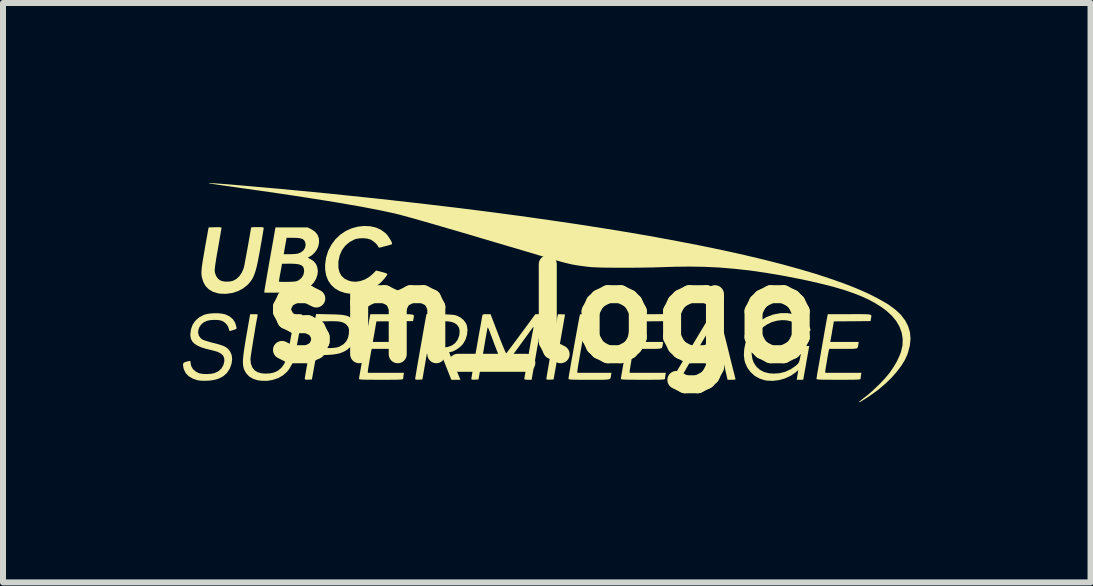
<source format=kicad_pcb>
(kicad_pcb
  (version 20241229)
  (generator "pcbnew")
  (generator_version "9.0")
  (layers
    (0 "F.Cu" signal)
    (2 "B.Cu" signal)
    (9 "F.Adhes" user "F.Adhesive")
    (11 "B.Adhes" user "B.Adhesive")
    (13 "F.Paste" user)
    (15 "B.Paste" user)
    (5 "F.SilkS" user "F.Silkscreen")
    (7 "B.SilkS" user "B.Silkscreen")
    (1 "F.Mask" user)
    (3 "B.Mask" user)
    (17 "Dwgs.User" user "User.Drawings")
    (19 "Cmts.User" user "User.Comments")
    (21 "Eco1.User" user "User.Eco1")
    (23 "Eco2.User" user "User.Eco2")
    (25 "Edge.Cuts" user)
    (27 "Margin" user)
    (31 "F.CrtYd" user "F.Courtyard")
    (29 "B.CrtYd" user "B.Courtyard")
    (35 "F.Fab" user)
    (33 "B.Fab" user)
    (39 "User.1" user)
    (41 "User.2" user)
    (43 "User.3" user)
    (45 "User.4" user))
  (footprint "sm_logo"
    (layer "F.Cu")
    (at 5.97 2.174)
    (property "Reference" "sm_logo" (at 0 0 0) (layer "F.SilkS") (effects (font (size 1.5 1.5) (thickness 0.3))))
    (attr board_only exclude_from_pos_files exclude_from_bom)
    (fp_poly (pts (xy 0.338 0.013) (xy 0.395 0.016) (xy 0.3 0.557) (xy 0.204 1.099) (xy 0.144 1.102) (xy 0.11 1.103) (xy 0.092 1.1) (xy 0.085 1.093) (xy 0.084 1.086) (xy 0.086 1.071) (xy 0.091 1.038) (xy 0.099 0.99) (xy 0.11 0.928) (xy 0.122 0.856) (xy 0.136 0.775) (xy 0.152 0.689) (xy 0.168 0.599) (xy 0.184 0.507) (xy 0.2 0.417) (xy 0.216 0.33) (xy 0.231 0.249) (xy 0.244 0.177) (xy 0.256 0.115) (xy 0.265 0.066) (xy 0.272 0.032) (xy 0.275 0.016) (xy 0.276 0.015) (xy 0.289 0.012) (xy 0.316 0.012)) (stroke (width 0) (type solid)) (fill yes) (layer "F.SilkS"))
    (fp_poly (pts (xy 0.706 0.013) (xy 0.763 0.016) (xy 0.682 0.473) (xy 0.665 0.569) (xy 0.649 0.66) (xy 0.635 0.743) (xy 0.622 0.816) (xy 0.612 0.876) (xy 0.605 0.922) (xy 0.601 0.951) (xy 0.6 0.959) (xy 0.599 0.988) (xy 0.884 0.988) (xy 1.168 0.988) (xy 1.161 1.028) (xy 1.158 1.048) (xy 1.156 1.065) (xy 1.152 1.078) (xy 1.143 1.088) (xy 1.129 1.095) (xy 1.107 1.099) (xy 1.074 1.102) (xy 1.029 1.104) (xy 0.97 1.104) (xy 0.893 1.104) (xy 0.798 1.104) (xy 0.704 1.104) (xy 0.628 1.104) (xy 0.569 1.103) (xy 0.525 1.102) (xy 0.494 1.1) (xy 0.473 1.098) (xy 0.46 1.095) (xy 0.454 1.092) (xy 0.452 1.087) (xy 0.452 1.085) (xy 0.454 1.07) (xy 0.459 1.038) (xy 0.467 0.989) (xy 0.478 0.928) (xy 0.49 0.856) (xy 0.504 0.775) (xy 0.52 0.689) (xy 0.536 0.598) (xy 0.552 0.507) (xy 0.568 0.417) (xy 0.584 0.33) (xy 0.599 0.249) (xy 0.612 0.176) (xy 0.624 0.114) (xy 0.633 0.065) (xy 0.64 0.032) (xy 0.643 0.016) (xy 0.644 0.015) (xy 0.657 0.012) (xy 0.684 0.012)) (stroke (width 0) (type solid)) (fill yes) (layer "F.SilkS"))
    (fp_poly (pts (xy -4.752 0.011) (xy -4.733 0.014) (xy -4.726 0.021) (xy -4.727 0.029) (xy -4.733 0.059) (xy -4.742 0.106) (xy -4.753 0.165) (xy -4.765 0.233) (xy -4.777 0.308) (xy -4.79 0.386) (xy -4.803 0.464) (xy -4.815 0.54) (xy -4.826 0.609) (xy -4.835 0.669) (xy -4.842 0.717) (xy -4.846 0.749) (xy -4.847 0.761) (xy -4.839 0.837) (xy -4.816 0.899) (xy -4.778 0.946) (xy -4.725 0.979) (xy -4.656 0.997) (xy -4.596 1.001) (xy -4.526 0.998) (xy -4.469 0.987) (xy -4.418 0.967) (xy -4.381 0.947) (xy -4.33 0.902) (xy -4.285 0.84) (xy -4.248 0.762) (xy -4.242 0.739) (xy -4.232 0.698) (xy -4.22 0.642) (xy -4.207 0.574) (xy -4.192 0.497) (xy -4.177 0.414) (xy -4.167 0.36) (xy -4.105 0.011) (xy -4.045 0.011) (xy -4.006 0.012) (xy -3.987 0.018) (xy -3.985 0.024) (xy -3.987 0.041) (xy -3.992 0.075) (xy -4 0.124) (xy -4.011 0.185) (xy -4.023 0.254) (xy -4.036 0.328) (xy -4.05 0.405) (xy -4.064 0.481) (xy -4.078 0.553) (xy -4.09 0.618) (xy -4.101 0.673) (xy -4.11 0.716) (xy -4.116 0.742) (xy -4.117 0.746) (xy -4.152 0.839) (xy -4.201 0.924) (xy -4.24 0.974) (xy -4.306 1.031) (xy -4.385 1.076) (xy -4.474 1.106) (xy -4.57 1.122) (xy -4.668 1.12) (xy -4.731 1.111) (xy -4.804 1.087) (xy -4.866 1.05) (xy -4.913 1.002) (xy -4.921 0.99) (xy -4.939 0.959) (xy -4.954 0.928) (xy -4.964 0.895) (xy -4.97 0.857) (xy -4.973 0.813) (xy -4.971 0.76) (xy -4.965 0.696) (xy -4.955 0.619) (xy -4.941 0.527) (xy -4.923 0.417) (xy -4.913 0.36) (xy -4.852 0.011) (xy -4.787 0.011)) (stroke (width 0) (type solid)) (fill yes) (layer "F.SilkS"))
    (fp_poly (pts (xy -2.852 -1.454) (xy -2.758 -1.433) (xy -2.674 -1.396) (xy -2.601 -1.343) (xy -2.597 -1.34) (xy -2.571 -1.312) (xy -2.545 -1.277) (xy -2.521 -1.24) (xy -2.501 -1.205) (xy -2.489 -1.176) (xy -2.487 -1.158) (xy -2.489 -1.156) (xy -2.502 -1.15) (xy -2.531 -1.141) (xy -2.569 -1.13) (xy -2.586 -1.126) (xy -2.629 -1.115) (xy -2.665 -1.105) (xy -2.689 -1.099) (xy -2.693 -1.098) (xy -2.711 -1.101) (xy -2.717 -1.113) (xy -2.733 -1.14) (xy -2.762 -1.172) (xy -2.798 -1.202) (xy -2.836 -1.227) (xy -2.848 -1.233) (xy -2.899 -1.248) (xy -2.961 -1.255) (xy -3.026 -1.253) (xy -3.086 -1.243) (xy -3.114 -1.234) (xy -3.197 -1.189) (xy -3.267 -1.13) (xy -3.321 -1.057) (xy -3.359 -0.971) (xy -3.38 -0.875) (xy -3.382 -0.849) (xy -3.381 -0.762) (xy -3.364 -0.689) (xy -3.331 -0.629) (xy -3.282 -0.583) (xy -3.217 -0.55) (xy -3.164 -0.535) (xy -3.09 -0.529) (xy -3.013 -0.542) (xy -2.935 -0.57) (xy -2.863 -0.614) (xy -2.809 -0.66) (xy -2.753 -0.717) (xy -2.659 -0.693) (xy -2.618 -0.681) (xy -2.586 -0.67) (xy -2.568 -0.662) (xy -2.565 -0.659) (xy -2.572 -0.641) (xy -2.591 -0.612) (xy -2.619 -0.577) (xy -2.652 -0.54) (xy -2.688 -0.504) (xy -2.691 -0.502) (xy -2.779 -0.434) (xy -2.877 -0.382) (xy -2.983 -0.347) (xy -3.093 -0.33) (xy -3.204 -0.332) (xy -3.267 -0.342) (xy -3.359 -0.372) (xy -3.438 -0.417) (xy -3.503 -0.477) (xy -3.552 -0.55) (xy -3.586 -0.635) (xy -3.602 -0.731) (xy -3.603 -0.815) (xy -3.587 -0.932) (xy -3.552 -1.043) (xy -3.5 -1.144) (xy -3.433 -1.235) (xy -3.352 -1.313) (xy -3.258 -1.376) (xy -3.16 -1.42) (xy -3.055 -1.448) (xy -2.952 -1.459)) (stroke (width 0) (type solid)) (fill yes) (layer "F.SilkS"))
    (fp_poly (pts (xy -3.524 0.013) (xy -3.433 0.015) (xy -3.359 0.019) (xy -3.301 0.025) (xy -3.255 0.034) (xy -3.218 0.046) (xy -3.187 0.063) (xy -3.16 0.084) (xy -3.135 0.109) (xy -3.099 0.163) (xy -3.079 0.226) (xy -3.074 0.296) (xy -3.083 0.367) (xy -3.105 0.438) (xy -3.14 0.504) (xy -3.187 0.563) (xy -3.245 0.61) (xy -3.255 0.616) (xy -3.305 0.642) (xy -3.357 0.662) (xy -3.415 0.675) (xy -3.485 0.685) (xy -3.57 0.69) (xy -3.592 0.691) (xy -3.751 0.697) (xy -3.768 0.793) (xy -3.778 0.849) (xy -3.79 0.914) (xy -3.801 0.977) (xy -3.804 0.994) (xy -3.823 1.099) (xy -3.882 1.102) (xy -3.917 1.103) (xy -3.936 1.099) (xy -3.942 1.091) (xy -3.942 1.089) (xy -3.941 1.076) (xy -3.936 1.045) (xy -3.928 0.998) (xy -3.918 0.938) (xy -3.905 0.867) (xy -3.892 0.787) (xy -3.877 0.7) (xy -3.861 0.61) (xy -3.856 0.58) (xy -3.732 0.58) (xy -3.572 0.576) (xy -3.508 0.575) (xy -3.46 0.572) (xy -3.425 0.568) (xy -3.398 0.563) (xy -3.375 0.555) (xy -3.359 0.549) (xy -3.297 0.512) (xy -3.252 0.465) (xy -3.222 0.407) (xy -3.207 0.335) (xy -3.205 0.266) (xy -3.216 0.228) (xy -3.239 0.195) (xy -3.268 0.169) (xy -3.303 0.15) (xy -3.347 0.137) (xy -3.404 0.13) (xy -3.477 0.128) (xy -3.517 0.128) (xy -3.652 0.131) (xy -3.686 0.326) (xy -3.697 0.389) (xy -3.708 0.447) (xy -3.716 0.496) (xy -3.723 0.532) (xy -3.726 0.55) (xy -3.732 0.58) (xy -3.856 0.58) (xy -3.845 0.519) (xy -3.829 0.429) (xy -3.814 0.342) (xy -3.8 0.262) (xy -3.787 0.189) (xy -3.776 0.128) (xy -3.767 0.079) (xy -3.761 0.047) (xy -3.758 0.033) (xy -3.752 0.008)) (stroke (width 0) (type solid)) (fill yes) (layer "F.SilkS"))
    (fp_poly (pts (xy 2.974 0.049) (xy 2.979 0.068) (xy 2.988 0.104) (xy 3.001 0.156) (xy 3.018 0.222) (xy 3.037 0.3) (xy 3.059 0.387) (xy 3.083 0.482) (xy 3.107 0.578) (xy 3.131 0.677) (xy 3.154 0.769) (xy 3.175 0.854) (xy 3.194 0.929) (xy 3.21 0.991) (xy 3.222 1.039) (xy 3.23 1.072) (xy 3.234 1.085) (xy 3.234 1.085) (xy 3.235 1.095) (xy 3.226 1.101) (xy 3.204 1.103) (xy 3.171 1.104) (xy 3.103 1.104) (xy 3.069 0.957) (xy 3.035 0.81) (xy 2.755 0.81) (xy 2.476 0.81) (xy 2.392 0.957) (xy 2.308 1.103) (xy 2.242 1.104) (xy 2.208 1.103) (xy 2.184 1.101) (xy 2.176 1.099) (xy 2.182 1.09) (xy 2.197 1.064) (xy 2.221 1.023) (xy 2.253 0.969) (xy 2.292 0.903) (xy 2.338 0.827) (xy 2.388 0.742) (xy 2.425 0.681) (xy 2.558 0.681) (xy 2.56 0.685) (xy 2.574 0.689) (xy 2.599 0.691) (xy 2.64 0.693) (xy 2.697 0.694) (xy 2.773 0.694) (xy 2.78 0.694) (xy 2.855 0.694) (xy 2.911 0.693) (xy 2.952 0.692) (xy 2.979 0.691) (xy 2.995 0.688) (xy 3.002 0.684) (xy 3.003 0.679) (xy 3.003 0.675) (xy 2.999 0.66) (xy 2.99 0.628) (xy 2.979 0.581) (xy 2.964 0.524) (xy 2.948 0.458) (xy 2.939 0.421) (xy 2.922 0.352) (xy 2.906 0.291) (xy 2.893 0.238) (xy 2.883 0.198) (xy 2.876 0.174) (xy 2.875 0.169) (xy 2.868 0.173) (xy 2.852 0.194) (xy 2.828 0.23) (xy 2.796 0.279) (xy 2.759 0.34) (xy 2.716 0.41) (xy 2.676 0.477) (xy 2.64 0.539) (xy 2.609 0.592) (xy 2.584 0.635) (xy 2.566 0.665) (xy 2.558 0.68) (xy 2.558 0.681) (xy 2.425 0.681) (xy 2.443 0.65) (xy 2.5 0.555) (xy 2.824 0.016) (xy 2.894 0.013) (xy 2.964 0.01)) (stroke (width 0) (type solid)) (fill yes) (layer "F.SilkS"))
    (fp_poly (pts (xy -2.247 0.011) (xy -2.2 0.012) (xy -2.166 0.015) (xy -2.144 0.019) (xy -2.13 0.026) (xy -2.124 0.035) (xy -2.123 0.047) (xy -2.126 0.062) (xy -2.13 0.082) (xy -2.13 0.087) (xy -2.137 0.126) (xy -2.442 0.129) (xy -2.748 0.131) (xy -2.772 0.268) (xy -2.781 0.323) (xy -2.79 0.372) (xy -2.797 0.412) (xy -2.802 0.437) (xy -2.802 0.439) (xy -2.808 0.473) (xy -2.57 0.473) (xy -2.333 0.473) (xy -2.34 0.513) (xy -2.343 0.537) (xy -2.347 0.556) (xy -2.353 0.569) (xy -2.364 0.579) (xy -2.383 0.584) (xy -2.413 0.587) (xy -2.455 0.589) (xy -2.513 0.589) (xy -2.59 0.589) (xy -2.591 0.589) (xy -2.826 0.589) (xy -2.833 0.618) (xy -2.84 0.653) (xy -2.848 0.7) (xy -2.858 0.753) (xy -2.867 0.809) (xy -2.876 0.862) (xy -2.884 0.909) (xy -2.889 0.944) (xy -2.891 0.963) (xy -2.891 0.965) (xy -2.891 0.988) (xy -2.59 0.988) (xy -2.289 0.988) (xy -2.296 1.028) (xy -2.3 1.059) (xy -2.302 1.083) (xy -2.302 1.085) (xy -2.303 1.09) (xy -2.308 1.094) (xy -2.319 1.097) (xy -2.337 1.1) (xy -2.365 1.101) (xy -2.405 1.103) (xy -2.458 1.103) (xy -2.528 1.104) (xy -2.615 1.104) (xy -2.67 1.104) (xy -2.769 1.104) (xy -2.849 1.103) (xy -2.912 1.103) (xy -2.96 1.102) (xy -2.994 1.1) (xy -3.017 1.098) (xy -3.031 1.095) (xy -3.037 1.091) (xy -3.038 1.088) (xy -3.037 1.076) (xy -3.032 1.045) (xy -3.024 0.998) (xy -3.013 0.938) (xy -3.001 0.867) (xy -2.987 0.787) (xy -2.973 0.701) (xy -2.957 0.611) (xy -2.941 0.52) (xy -2.925 0.43) (xy -2.91 0.343) (xy -2.896 0.263) (xy -2.883 0.19) (xy -2.872 0.129) (xy -2.863 0.08) (xy -2.857 0.048) (xy -2.854 0.034) (xy -2.849 0.011) (xy -2.486 0.011) (xy -2.388 0.01) (xy -2.309 0.01)) (stroke (width 0) (type solid)) (fill yes) (layer "F.SilkS"))
    (fp_poly (pts (xy 2.116 0.011) (xy 2.163 0.012) (xy 2.197 0.015) (xy 2.219 0.019) (xy 2.233 0.026) (xy 2.239 0.035) (xy 2.24 0.047) (xy 2.237 0.062) (xy 2.233 0.082) (xy 2.233 0.087) (xy 2.226 0.126) (xy 1.921 0.129) (xy 1.615 0.131) (xy 1.591 0.268) (xy 1.582 0.323) (xy 1.573 0.372) (xy 1.566 0.412) (xy 1.561 0.437) (xy 1.561 0.439) (xy 1.555 0.473) (xy 1.793 0.473) (xy 2.03 0.473) (xy 2.023 0.513) (xy 2.02 0.537) (xy 2.016 0.556) (xy 2.01 0.569) (xy 1.999 0.579) (xy 1.98 0.584) (xy 1.95 0.587) (xy 1.908 0.589) (xy 1.85 0.589) (xy 1.773 0.589) (xy 1.772 0.589) (xy 1.537 0.589) (xy 1.53 0.618) (xy 1.523 0.653) (xy 1.515 0.7) (xy 1.505 0.753) (xy 1.496 0.809) (xy 1.487 0.862) (xy 1.479 0.909) (xy 1.474 0.944) (xy 1.472 0.963) (xy 1.472 0.965) (xy 1.472 0.988) (xy 1.773 0.988) (xy 2.074 0.988) (xy 2.067 1.028) (xy 2.063 1.059) (xy 2.061 1.083) (xy 2.061 1.085) (xy 2.06 1.09) (xy 2.055 1.094) (xy 2.044 1.097) (xy 2.026 1.1) (xy 1.998 1.101) (xy 1.958 1.103) (xy 1.905 1.103) (xy 1.835 1.104) (xy 1.748 1.104) (xy 1.693 1.104) (xy 1.594 1.104) (xy 1.514 1.103) (xy 1.451 1.103) (xy 1.403 1.102) (xy 1.369 1.1) (xy 1.346 1.098) (xy 1.332 1.095) (xy 1.326 1.091) (xy 1.325 1.088) (xy 1.326 1.076) (xy 1.331 1.045) (xy 1.339 0.998) (xy 1.35 0.938) (xy 1.362 0.867) (xy 1.376 0.787) (xy 1.39 0.701) (xy 1.406 0.611) (xy 1.422 0.52) (xy 1.438 0.43) (xy 1.453 0.343) (xy 1.467 0.263) (xy 1.48 0.19) (xy 1.491 0.129) (xy 1.5 0.08) (xy 1.506 0.048) (xy 1.509 0.034) (xy 1.514 0.011) (xy 1.877 0.011) (xy 1.975 0.01) (xy 2.054 0.01)) (stroke (width 0) (type solid)) (fill yes) (layer "F.SilkS"))
    (fp_poly (pts (xy 5.375 0.011) (xy 5.422 0.012) (xy 5.456 0.015) (xy 5.479 0.019) (xy 5.492 0.026) (xy 5.498 0.035) (xy 5.499 0.047) (xy 5.496 0.062) (xy 5.493 0.082) (xy 5.492 0.087) (xy 5.485 0.126) (xy 5.18 0.129) (xy 4.874 0.131) (xy 4.85 0.268) (xy 4.841 0.323) (xy 4.832 0.372) (xy 4.825 0.412) (xy 4.821 0.437) (xy 4.82 0.439) (xy 4.814 0.473) (xy 5.052 0.473) (xy 5.289 0.473) (xy 5.282 0.513) (xy 5.279 0.537) (xy 5.275 0.556) (xy 5.269 0.569) (xy 5.258 0.579) (xy 5.239 0.584) (xy 5.21 0.587) (xy 5.167 0.589) (xy 5.109 0.589) (xy 5.033 0.589) (xy 5.031 0.589) (xy 4.796 0.589) (xy 4.79 0.618) (xy 4.782 0.653) (xy 4.774 0.7) (xy 4.764 0.753) (xy 4.755 0.809) (xy 4.746 0.862) (xy 4.738 0.909) (xy 4.733 0.944) (xy 4.731 0.963) (xy 4.731 0.965) (xy 4.731 0.988) (xy 5.032 0.988) (xy 5.333 0.988) (xy 5.326 1.028) (xy 5.322 1.059) (xy 5.32 1.083) (xy 5.32 1.085) (xy 5.319 1.09) (xy 5.314 1.094) (xy 5.303 1.097) (xy 5.285 1.1) (xy 5.257 1.101) (xy 5.217 1.103) (xy 5.164 1.103) (xy 5.094 1.104) (xy 5.007 1.104) (xy 4.952 1.104) (xy 4.853 1.104) (xy 4.773 1.103) (xy 4.71 1.103) (xy 4.663 1.102) (xy 4.628 1.1) (xy 4.605 1.098) (xy 4.591 1.095) (xy 4.585 1.091) (xy 4.584 1.088) (xy 4.586 1.076) (xy 4.591 1.045) (xy 4.598 0.998) (xy 4.609 0.938) (xy 4.621 0.867) (xy 4.635 0.787) (xy 4.65 0.701) (xy 4.665 0.611) (xy 4.681 0.52) (xy 4.697 0.43) (xy 4.712 0.343) (xy 4.726 0.263) (xy 4.739 0.19) (xy 4.75 0.129) (xy 4.759 0.08) (xy 4.765 0.048) (xy 4.768 0.034) (xy 4.773 0.011) (xy 5.136 0.011) (xy 5.234 0.01) (xy 5.313 0.01)) (stroke (width 0) (type solid)) (fill yes) (layer "F.SilkS"))
    (fp_poly (pts (xy -1.684 0.013) (xy -1.607 0.014) (xy -1.548 0.016) (xy -1.503 0.019) (xy -1.469 0.022) (xy -1.442 0.026) (xy -1.42 0.032) (xy -1.398 0.04) (xy -1.397 0.04) (xy -1.343 0.069) (xy -1.296 0.109) (xy -1.26 0.156) (xy -1.241 0.196) (xy -1.23 0.273) (xy -1.238 0.352) (xy -1.261 0.43) (xy -1.301 0.5) (xy -1.322 0.526) (xy -1.357 0.559) (xy -1.399 0.59) (xy -1.444 0.617) (xy -1.485 0.635) (xy -1.517 0.641) (xy -1.532 0.645) (xy -1.535 0.649) (xy -1.531 0.661) (xy -1.52 0.689) (xy -1.503 0.731) (xy -1.482 0.783) (xy -1.457 0.844) (xy -1.441 0.88) (xy -1.348 1.104) (xy -1.424 1.104) (xy -1.5 1.104) (xy -1.584 0.891) (xy -1.669 0.678) (xy -1.789 0.675) (xy -1.908 0.672) (xy -1.945 0.885) (xy -1.982 1.099) (xy -2.042 1.102) (xy -2.077 1.103) (xy -2.096 1.099) (xy -2.102 1.092) (xy -2.103 1.089) (xy -2.101 1.076) (xy -2.096 1.045) (xy -2.088 0.998) (xy -2.078 0.938) (xy -2.066 0.867) (xy -2.052 0.787) (xy -2.037 0.7) (xy -2.021 0.61) (xy -2.014 0.568) (xy -1.889 0.568) (xy -1.746 0.567) (xy -1.689 0.567) (xy -1.635 0.564) (xy -1.589 0.561) (xy -1.558 0.557) (xy -1.556 0.556) (xy -1.488 0.531) (xy -1.433 0.49) (xy -1.393 0.434) (xy -1.368 0.364) (xy -1.366 0.355) (xy -1.361 0.29) (xy -1.372 0.237) (xy -1.401 0.193) (xy -1.414 0.181) (xy -1.447 0.158) (xy -1.489 0.142) (xy -1.543 0.132) (xy -1.612 0.128) (xy -1.687 0.128) (xy -1.813 0.131) (xy -1.826 0.21) (xy -1.833 0.252) (xy -1.843 0.307) (xy -1.854 0.369) (xy -1.864 0.428) (xy -1.889 0.568) (xy -2.014 0.568) (xy -2.005 0.519) (xy -1.989 0.429) (xy -1.974 0.342) (xy -1.96 0.262) (xy -1.947 0.189) (xy -1.936 0.128) (xy -1.927 0.079) (xy -1.921 0.047) (xy -1.918 0.033) (xy -1.912 0.008)) (stroke (width 0) (type solid)) (fill yes) (layer "F.SilkS"))
    (fp_poly (pts (xy -4.682 -1.44) (xy -4.65 -1.438) (xy -4.633 -1.434) (xy -4.626 -1.428) (xy -4.626 -1.425) (xy -4.628 -1.411) (xy -4.633 -1.379) (xy -4.641 -1.331) (xy -4.651 -1.271) (xy -4.663 -1.201) (xy -4.677 -1.123) (xy -4.683 -1.084) (xy -4.705 -0.967) (xy -4.724 -0.868) (xy -4.742 -0.785) (xy -4.76 -0.717) (xy -4.779 -0.66) (xy -4.798 -0.612) (xy -4.82 -0.571) (xy -4.845 -0.535) (xy -4.873 -0.501) (xy -4.897 -0.476) (xy -4.971 -0.417) (xy -5.057 -0.372) (xy -5.151 -0.342) (xy -5.251 -0.328) (xy -5.351 -0.331) (xy -5.389 -0.337) (xy -5.472 -0.362) (xy -5.541 -0.403) (xy -5.595 -0.458) (xy -5.634 -0.529) (xy -5.656 -0.604) (xy -5.661 -0.63) (xy -5.663 -0.657) (xy -5.664 -0.687) (xy -5.662 -0.722) (xy -5.658 -0.766) (xy -5.651 -0.819) (xy -5.641 -0.885) (xy -5.627 -0.966) (xy -5.61 -1.064) (xy -5.6 -1.125) (xy -5.544 -1.435) (xy -5.437 -1.438) (xy -5.388 -1.439) (xy -5.357 -1.438) (xy -5.339 -1.435) (xy -5.331 -1.43) (xy -5.33 -1.425) (xy -5.332 -1.41) (xy -5.337 -1.378) (xy -5.345 -1.331) (xy -5.355 -1.273) (xy -5.366 -1.208) (xy -5.372 -1.175) (xy -5.391 -1.066) (xy -5.407 -0.977) (xy -5.419 -0.904) (xy -5.428 -0.845) (xy -5.435 -0.798) (xy -5.439 -0.762) (xy -5.442 -0.734) (xy -5.442 -0.713) (xy -5.441 -0.695) (xy -5.44 -0.687) (xy -5.421 -0.628) (xy -5.387 -0.58) (xy -5.352 -0.553) (xy -5.314 -0.539) (xy -5.264 -0.532) (xy -5.209 -0.532) (xy -5.157 -0.54) (xy -5.137 -0.546) (xy -5.081 -0.576) (xy -5.031 -0.623) (xy -4.99 -0.684) (xy -4.96 -0.756) (xy -4.954 -0.778) (xy -4.95 -0.797) (xy -4.943 -0.834) (xy -4.934 -0.883) (xy -4.923 -0.943) (xy -4.91 -1.01) (xy -4.897 -1.081) (xy -4.884 -1.153) (xy -4.872 -1.223) (xy -4.86 -1.288) (xy -4.851 -1.345) (xy -4.843 -1.39) (xy -4.838 -1.42) (xy -4.836 -1.433) (xy -4.826 -1.436) (xy -4.8 -1.439) (xy -4.762 -1.44) (xy -4.731 -1.44)) (stroke (width 0) (type solid)) (fill yes) (layer "F.SilkS"))
    (fp_poly (pts (xy 4.198 0.01) (xy 4.287 0.044) (xy 4.364 0.094) (xy 4.384 0.111) (xy 4.411 0.141) (xy 4.438 0.177) (xy 4.461 0.214) (xy 4.478 0.247) (xy 4.485 0.273) (xy 4.484 0.283) (xy 4.472 0.29) (xy 4.447 0.299) (xy 4.416 0.307) (xy 4.387 0.313) (xy 4.366 0.316) (xy 4.36 0.314) (xy 4.353 0.304) (xy 4.339 0.28) (xy 4.328 0.261) (xy 4.284 0.204) (xy 4.226 0.16) (xy 4.159 0.13) (xy 4.083 0.113) (xy 4.003 0.11) (xy 3.92 0.121) (xy 3.839 0.144) (xy 3.761 0.182) (xy 3.69 0.232) (xy 3.66 0.26) (xy 3.603 0.331) (xy 3.558 0.412) (xy 3.525 0.498) (xy 3.507 0.587) (xy 3.504 0.674) (xy 3.516 0.755) (xy 3.537 0.815) (xy 3.582 0.884) (xy 3.641 0.937) (xy 3.712 0.975) (xy 3.797 0.996) (xy 3.87 1.001) (xy 3.972 0.994) (xy 4.066 0.97) (xy 4.155 0.928) (xy 4.223 0.882) (xy 4.257 0.855) (xy 4.279 0.832) (xy 4.294 0.806) (xy 4.305 0.77) (xy 4.314 0.726) (xy 4.328 0.652) (xy 4.166 0.652) (xy 4.004 0.652) (xy 4.011 0.602) (xy 4.017 0.571) (xy 4.023 0.549) (xy 4.026 0.544) (xy 4.038 0.542) (xy 4.068 0.54) (xy 4.113 0.539) (xy 4.169 0.538) (xy 4.233 0.538) (xy 4.249 0.539) (xy 4.464 0.541) (xy 4.414 0.82) (xy 4.401 0.894) (xy 4.389 0.96) (xy 4.379 1.017) (xy 4.371 1.061) (xy 4.366 1.09) (xy 4.364 1.101) (xy 4.364 1.101) (xy 4.354 1.103) (xy 4.329 1.104) (xy 4.309 1.104) (xy 4.255 1.104) (xy 4.262 1.059) (xy 4.268 1.021) (xy 4.275 0.983) (xy 4.275 0.978) (xy 4.282 0.942) (xy 4.236 0.982) (xy 4.156 1.037) (xy 4.063 1.08) (xy 3.963 1.109) (xy 3.86 1.122) (xy 3.76 1.118) (xy 3.729 1.113) (xy 3.639 1.085) (xy 3.558 1.041) (xy 3.49 0.98) (xy 3.435 0.907) (xy 3.397 0.823) (xy 3.384 0.777) (xy 3.375 0.691) (xy 3.38 0.597) (xy 3.399 0.5) (xy 3.431 0.405) (xy 3.474 0.317) (xy 3.491 0.29) (xy 3.566 0.196) (xy 3.653 0.118) (xy 3.751 0.059) (xy 3.859 0.018) (xy 3.977 -0.005) (xy 3.995 -0.007) (xy 4.1 -0.007)) (stroke (width 0) (type solid)) (fill yes) (layer "F.SilkS"))
    (fp_poly (pts (xy -5.329 0.001) (xy -5.272 0.012) (xy -5.266 0.014) (xy -5.196 0.047) (xy -5.141 0.093) (xy -5.103 0.15) (xy -5.082 0.218) (xy -5.079 0.236) (xy -5.079 0.248) (xy -5.085 0.257) (xy -5.101 0.265) (xy -5.129 0.274) (xy -5.174 0.287) (xy -5.184 0.29) (xy -5.196 0.288) (xy -5.204 0.272) (xy -5.208 0.251) (xy -5.225 0.207) (xy -5.257 0.166) (xy -5.298 0.133) (xy -5.336 0.117) (xy -5.388 0.108) (xy -5.451 0.106) (xy -5.514 0.11) (xy -5.568 0.121) (xy -5.623 0.145) (xy -5.666 0.181) (xy -5.697 0.225) (xy -5.715 0.273) (xy -5.719 0.321) (xy -5.707 0.368) (xy -5.679 0.408) (xy -5.651 0.431) (xy -5.627 0.442) (xy -5.587 0.456) (xy -5.538 0.471) (xy -5.483 0.486) (xy -5.475 0.488) (xy -5.403 0.506) (xy -5.349 0.522) (xy -5.308 0.536) (xy -5.276 0.55) (xy -5.249 0.566) (xy -5.225 0.586) (xy -5.222 0.588) (xy -5.183 0.636) (xy -5.159 0.695) (xy -5.152 0.763) (xy -5.162 0.835) (xy -5.188 0.91) (xy -5.195 0.924) (xy -5.24 0.992) (xy -5.3 1.045) (xy -5.375 1.084) (xy -5.404 1.094) (xy -5.464 1.109) (xy -5.535 1.118) (xy -5.609 1.121) (xy -5.678 1.119) (xy -5.73 1.111) (xy -5.81 1.084) (xy -5.875 1.045) (xy -5.924 0.995) (xy -5.955 0.934) (xy -5.962 0.911) (xy -5.97 0.867) (xy -5.969 0.838) (xy -5.958 0.82) (xy -5.934 0.808) (xy -5.914 0.803) (xy -5.877 0.793) (xy -5.857 0.79) (xy -5.848 0.795) (xy -5.845 0.808) (xy -5.845 0.82) (xy -5.835 0.873) (xy -5.808 0.922) (xy -5.766 0.962) (xy -5.714 0.991) (xy -5.692 0.998) (xy -5.635 1.007) (xy -5.569 1.009) (xy -5.503 1.004) (xy -5.448 0.993) (xy -5.384 0.964) (xy -5.334 0.92) (xy -5.299 0.862) (xy -5.282 0.796) (xy -5.284 0.745) (xy -5.303 0.701) (xy -5.341 0.666) (xy -5.398 0.637) (xy -5.475 0.615) (xy -5.477 0.615) (xy -5.581 0.59) (xy -5.666 0.564) (xy -5.732 0.534) (xy -5.782 0.501) (xy -5.817 0.464) (xy -5.839 0.42) (xy -5.848 0.369) (xy -5.849 0.348) (xy -5.838 0.262) (xy -5.81 0.185) (xy -5.764 0.119) (xy -5.702 0.064) (xy -5.626 0.024) (xy -5.594 0.013) (xy -5.537 0.002) (xy -5.469 -0.004) (xy -5.397 -0.005)) (stroke (width 0) (type solid)) (fill yes) (layer "F.SilkS"))
    (fp_poly (pts (xy -3.832 -1.404) (xy -3.772 -1.364) (xy -3.73 -1.314) (xy -3.707 -1.254) (xy -3.703 -1.187) (xy -3.715 -1.123) (xy -3.738 -1.069) (xy -3.774 -1.018) (xy -3.817 -0.976) (xy -3.853 -0.952) (xy -3.876 -0.94) (xy -3.889 -0.932) (xy -3.89 -0.931) (xy -3.881 -0.925) (xy -3.859 -0.913) (xy -3.842 -0.904) (xy -3.79 -0.868) (xy -3.753 -0.822) (xy -3.732 -0.767) (xy -3.724 -0.707) (xy -3.731 -0.645) (xy -3.752 -0.582) (xy -3.786 -0.523) (xy -3.833 -0.469) (xy -3.892 -0.423) (xy -3.924 -0.405) (xy -3.961 -0.388) (xy -3.996 -0.375) (xy -4.031 -0.365) (xy -4.072 -0.357) (xy -4.12 -0.352) (xy -4.179 -0.349) (xy -4.251 -0.347) (xy -4.341 -0.347) (xy -4.364 -0.347) (xy -4.615 -0.347) (xy -4.615 -0.371) (xy -4.613 -0.385) (xy -4.608 -0.419) (xy -4.599 -0.469) (xy -4.589 -0.533) (xy -4.373 -0.533) (xy -4.364 -0.53) (xy -4.337 -0.528) (xy -4.296 -0.527) (xy -4.246 -0.527) (xy -4.229 -0.527) (xy -4.169 -0.529) (xy -4.126 -0.532) (xy -4.095 -0.535) (xy -4.072 -0.541) (xy -4.052 -0.55) (xy -4.041 -0.556) (xy -3.996 -0.593) (xy -3.965 -0.643) (xy -3.953 -0.699) (xy -3.953 -0.706) (xy -3.957 -0.748) (xy -3.97 -0.779) (xy -3.995 -0.802) (xy -4.034 -0.818) (xy -4.088 -0.827) (xy -4.161 -0.83) (xy -4.189 -0.831) (xy -4.239 -0.83) (xy -4.28 -0.83) (xy -4.309 -0.829) (xy -4.321 -0.828) (xy -4.321 -0.828) (xy -4.323 -0.817) (xy -4.328 -0.79) (xy -4.335 -0.749) (xy -4.344 -0.699) (xy -4.347 -0.683) (xy -4.357 -0.631) (xy -4.365 -0.586) (xy -4.37 -0.552) (xy -4.373 -0.534) (xy -4.373 -0.533) (xy -4.589 -0.533) (xy -4.588 -0.533) (xy -4.575 -0.61) (xy -4.56 -0.697) (xy -4.544 -0.792) (xy -4.526 -0.894) (xy -4.522 -0.915) (xy -4.509 -0.988) (xy -4.292 -0.988) (xy -4.196 -0.988) (xy -4.146 -0.99) (xy -4.098 -0.993) (xy -4.061 -0.998) (xy -4.052 -1) (xy -4.001 -1.022) (xy -3.962 -1.055) (xy -3.936 -1.098) (xy -3.927 -1.145) (xy -3.936 -1.192) (xy -3.937 -1.193) (xy -3.952 -1.22) (xy -3.976 -1.24) (xy -4.01 -1.252) (xy -4.058 -1.259) (xy -4.124 -1.262) (xy -4.135 -1.262) (xy -4.245 -1.262) (xy -4.261 -1.17) (xy -4.27 -1.122) (xy -4.278 -1.076) (xy -4.284 -1.04) (xy -4.285 -1.033) (xy -4.292 -0.988) (xy -4.509 -0.988) (xy -4.43 -1.435) (xy -4.163 -1.435) (xy -3.895 -1.435)) (stroke (width 0) (type solid)) (fill yes) (layer "F.SilkS"))
    (fp_poly (pts (xy -0.846 0.011) (xy -0.72 0.341) (xy -0.683 0.437) (xy -0.651 0.517) (xy -0.625 0.58) (xy -0.605 0.626) (xy -0.591 0.654) (xy -0.584 0.662) (xy -0.584 0.662) (xy -0.575 0.652) (xy -0.556 0.627) (xy -0.527 0.588) (xy -0.49 0.539) (xy -0.446 0.48) (xy -0.397 0.414) (xy -0.344 0.342) (xy -0.336 0.332) (xy -0.1 0.011) (xy -0.033 0.011) (xy 0.003 0.011) (xy 0.022 0.014) (xy 0.029 0.02) (xy 0.028 0.029) (xy 0.025 0.043) (xy 0.019 0.075) (xy 0.01 0.124) (xy -0.001 0.188) (xy -0.015 0.264) (xy -0.03 0.351) (xy -0.047 0.446) (xy -0.065 0.548) (xy -0.07 0.576) (xy -0.162 1.104) (xy -0.223 1.104) (xy -0.26 1.102) (xy -0.279 1.097) (xy -0.284 1.089) (xy -0.282 1.076) (xy -0.277 1.044) (xy -0.269 0.998) (xy -0.259 0.939) (xy -0.247 0.871) (xy -0.234 0.796) (xy -0.22 0.717) (xy -0.205 0.637) (xy -0.191 0.559) (xy -0.178 0.485) (xy -0.166 0.419) (xy -0.155 0.363) (xy -0.147 0.319) (xy -0.142 0.295) (xy -0.135 0.26) (xy -0.131 0.234) (xy -0.131 0.223) (xy -0.138 0.229) (xy -0.154 0.249) (xy -0.176 0.279) (xy -0.185 0.291) (xy -0.205 0.319) (xy -0.235 0.361) (xy -0.273 0.413) (xy -0.317 0.473) (xy -0.364 0.538) (xy -0.407 0.597) (xy -0.458 0.666) (xy -0.498 0.719) (xy -0.529 0.76) (xy -0.553 0.789) (xy -0.571 0.809) (xy -0.585 0.821) (xy -0.596 0.828) (xy -0.607 0.83) (xy -0.618 0.831) (xy -0.619 0.831) (xy -0.658 0.831) (xy -0.731 0.644) (xy -0.758 0.575) (xy -0.786 0.502) (xy -0.812 0.431) (xy -0.835 0.37) (xy -0.848 0.336) (xy -0.866 0.286) (xy -0.88 0.254) (xy -0.889 0.237) (xy -0.895 0.235) (xy -0.898 0.242) (xy -0.901 0.259) (xy -0.907 0.294) (xy -0.916 0.343) (xy -0.927 0.405) (xy -0.939 0.474) (xy -0.951 0.547) (xy -0.965 0.63) (xy -0.98 0.715) (xy -0.994 0.796) (xy -1.006 0.869) (xy -1.017 0.93) (xy -1.023 0.962) (xy -1.047 1.099) (xy -1.107 1.102) (xy -1.142 1.103) (xy -1.16 1.099) (xy -1.167 1.092) (xy -1.167 1.089) (xy -1.165 1.076) (xy -1.16 1.045) (xy -1.152 0.998) (xy -1.142 0.938) (xy -1.13 0.867) (xy -1.116 0.787) (xy -1.101 0.701) (xy -1.086 0.611) (xy -1.07 0.52) (xy -1.054 0.43) (xy -1.039 0.343) (xy -1.024 0.262) (xy -1.011 0.19) (xy -1 0.129) (xy -0.992 0.08) (xy -0.986 0.048) (xy -0.983 0.034) (xy -0.978 0.021) (xy -0.967 0.014) (xy -0.945 0.011) (xy -0.912 0.011)) (stroke (width 0) (type solid)) (fill yes) (layer "F.SilkS"))
    (fp_poly (pts (xy -5.494 -2.172) (xy -5.441 -2.169) (xy -5.367 -2.164) (xy -5.273 -2.157) (xy -5.159 -2.148) (xy -5.058 -2.139) (xy -4.307 -2.073) (xy -3.54 -1.999) (xy -2.765 -1.918) (xy -2.486 -1.887) (xy -1.931 -1.824) (xy -1.392 -1.76) (xy -0.869 -1.694) (xy -0.364 -1.627) (xy 0.124 -1.558) (xy 0.595 -1.489) (xy 1.048 -1.418) (xy 1.484 -1.347) (xy 1.901 -1.274) (xy 2.3 -1.2) (xy 2.681 -1.126) (xy 3.044 -1.05) (xy 3.387 -0.974) (xy 3.712 -0.897) (xy 4.017 -0.819) (xy 4.303 -0.74) (xy 4.57 -0.661) (xy 4.817 -0.58) (xy 5.044 -0.5) (xy 5.25 -0.419) (xy 5.437 -0.337) (xy 5.602 -0.254) (xy 5.747 -0.172) (xy 5.79 -0.145) (xy 5.901 -0.063) (xy 5.992 0.023) (xy 6.062 0.115) (xy 6.112 0.211) (xy 6.142 0.313) (xy 6.151 0.421) (xy 6.14 0.534) (xy 6.109 0.653) (xy 6.098 0.684) (xy 6.057 0.775) (xy 5.998 0.87) (xy 5.924 0.968) (xy 5.837 1.067) (xy 5.739 1.163) (xy 5.633 1.254) (xy 5.603 1.278) (xy 5.558 1.311) (xy 5.511 1.344) (xy 5.464 1.377) (xy 5.419 1.407) (xy 5.377 1.434) (xy 5.341 1.456) (xy 5.313 1.472) (xy 5.295 1.48) (xy 5.289 1.481) (xy 5.296 1.471) (xy 5.31 1.458) (xy 5.33 1.442) (xy 5.361 1.417) (xy 5.399 1.387) (xy 5.425 1.367) (xy 5.493 1.31) (xy 5.567 1.242) (xy 5.642 1.169) (xy 5.713 1.094) (xy 5.774 1.023) (xy 5.807 0.982) (xy 5.867 0.894) (xy 5.922 0.801) (xy 5.966 0.709) (xy 5.992 0.641) (xy 6.017 0.533) (xy 6.021 0.426) (xy 6.005 0.322) (xy 5.969 0.222) (xy 5.914 0.126) (xy 5.838 0.035) (xy 5.751 -0.045) (xy 5.661 -0.111) (xy 5.561 -0.174) (xy 5.451 -0.233) (xy 5.33 -0.288) (xy 5.195 -0.341) (xy 5.045 -0.392) (xy 4.88 -0.441) (xy 4.698 -0.488) (xy 4.497 -0.535) (xy 4.3 -0.577) (xy 4.011 -0.633) (xy 3.737 -0.679) (xy 3.475 -0.717) (xy 3.221 -0.745) (xy 2.972 -0.766) (xy 2.724 -0.778) (xy 2.475 -0.782) (xy 2.22 -0.779) (xy 2.108 -0.776) (xy 1.991 -0.772) (xy 1.867 -0.768) (xy 1.74 -0.766) (xy 1.611 -0.764) (xy 1.483 -0.763) (xy 1.358 -0.763) (xy 1.24 -0.763) (xy 1.129 -0.764) (xy 1.03 -0.765) (xy 0.943 -0.768) (xy 0.871 -0.771) (xy 0.818 -0.774) (xy 0.804 -0.776) (xy 0.733 -0.784) (xy 0.671 -0.792) (xy 0.614 -0.8) (xy 0.56 -0.809) (xy 0.506 -0.819) (xy 0.449 -0.832) (xy 0.388 -0.847) (xy 0.318 -0.866) (xy 0.238 -0.888) (xy 0.145 -0.915) (xy 0.035 -0.948) (xy -0.032 -0.968) (xy -0.301 -1.048) (xy -0.551 -1.122) (xy -0.782 -1.19) (xy -0.995 -1.253) (xy -1.19 -1.311) (xy -1.369 -1.364) (xy -1.532 -1.411) (xy -1.679 -1.454) (xy -1.812 -1.493) (xy -1.931 -1.527) (xy -2.037 -1.557) (xy -2.13 -1.584) (xy -2.211 -1.606) (xy -2.281 -1.625) (xy -2.34 -1.641) (xy -2.389 -1.654) (xy -2.402 -1.657) (xy -2.521 -1.684) (xy -2.66 -1.714) (xy -2.818 -1.745) (xy -2.995 -1.779) (xy -3.191 -1.813) (xy -3.404 -1.85) (xy -3.633 -1.887) (xy -3.879 -1.926) (xy -4.14 -1.966) (xy -4.415 -2.007) (xy -4.705 -2.049) (xy -4.784 -2.06) (xy -4.886 -2.075) (xy -4.99 -2.089) (xy -5.091 -2.104) (xy -5.185 -2.117) (xy -5.27 -2.129) (xy -5.342 -2.139) (xy -5.398 -2.147) (xy -5.409 -2.149) (xy -5.471 -2.158) (xy -5.514 -2.165) (xy -5.538 -2.17) (xy -5.543 -2.173) (xy -5.528 -2.174)) (stroke (width 0) (type solid)) (fill yes) (layer "F.SilkS")))
  (gr_rect
    (start -3 -3)
    (end 15.121 6.654)
    (stroke (width 0.1) (type default))
    (fill no)
    (layer "Edge.Cuts")))
</source>
